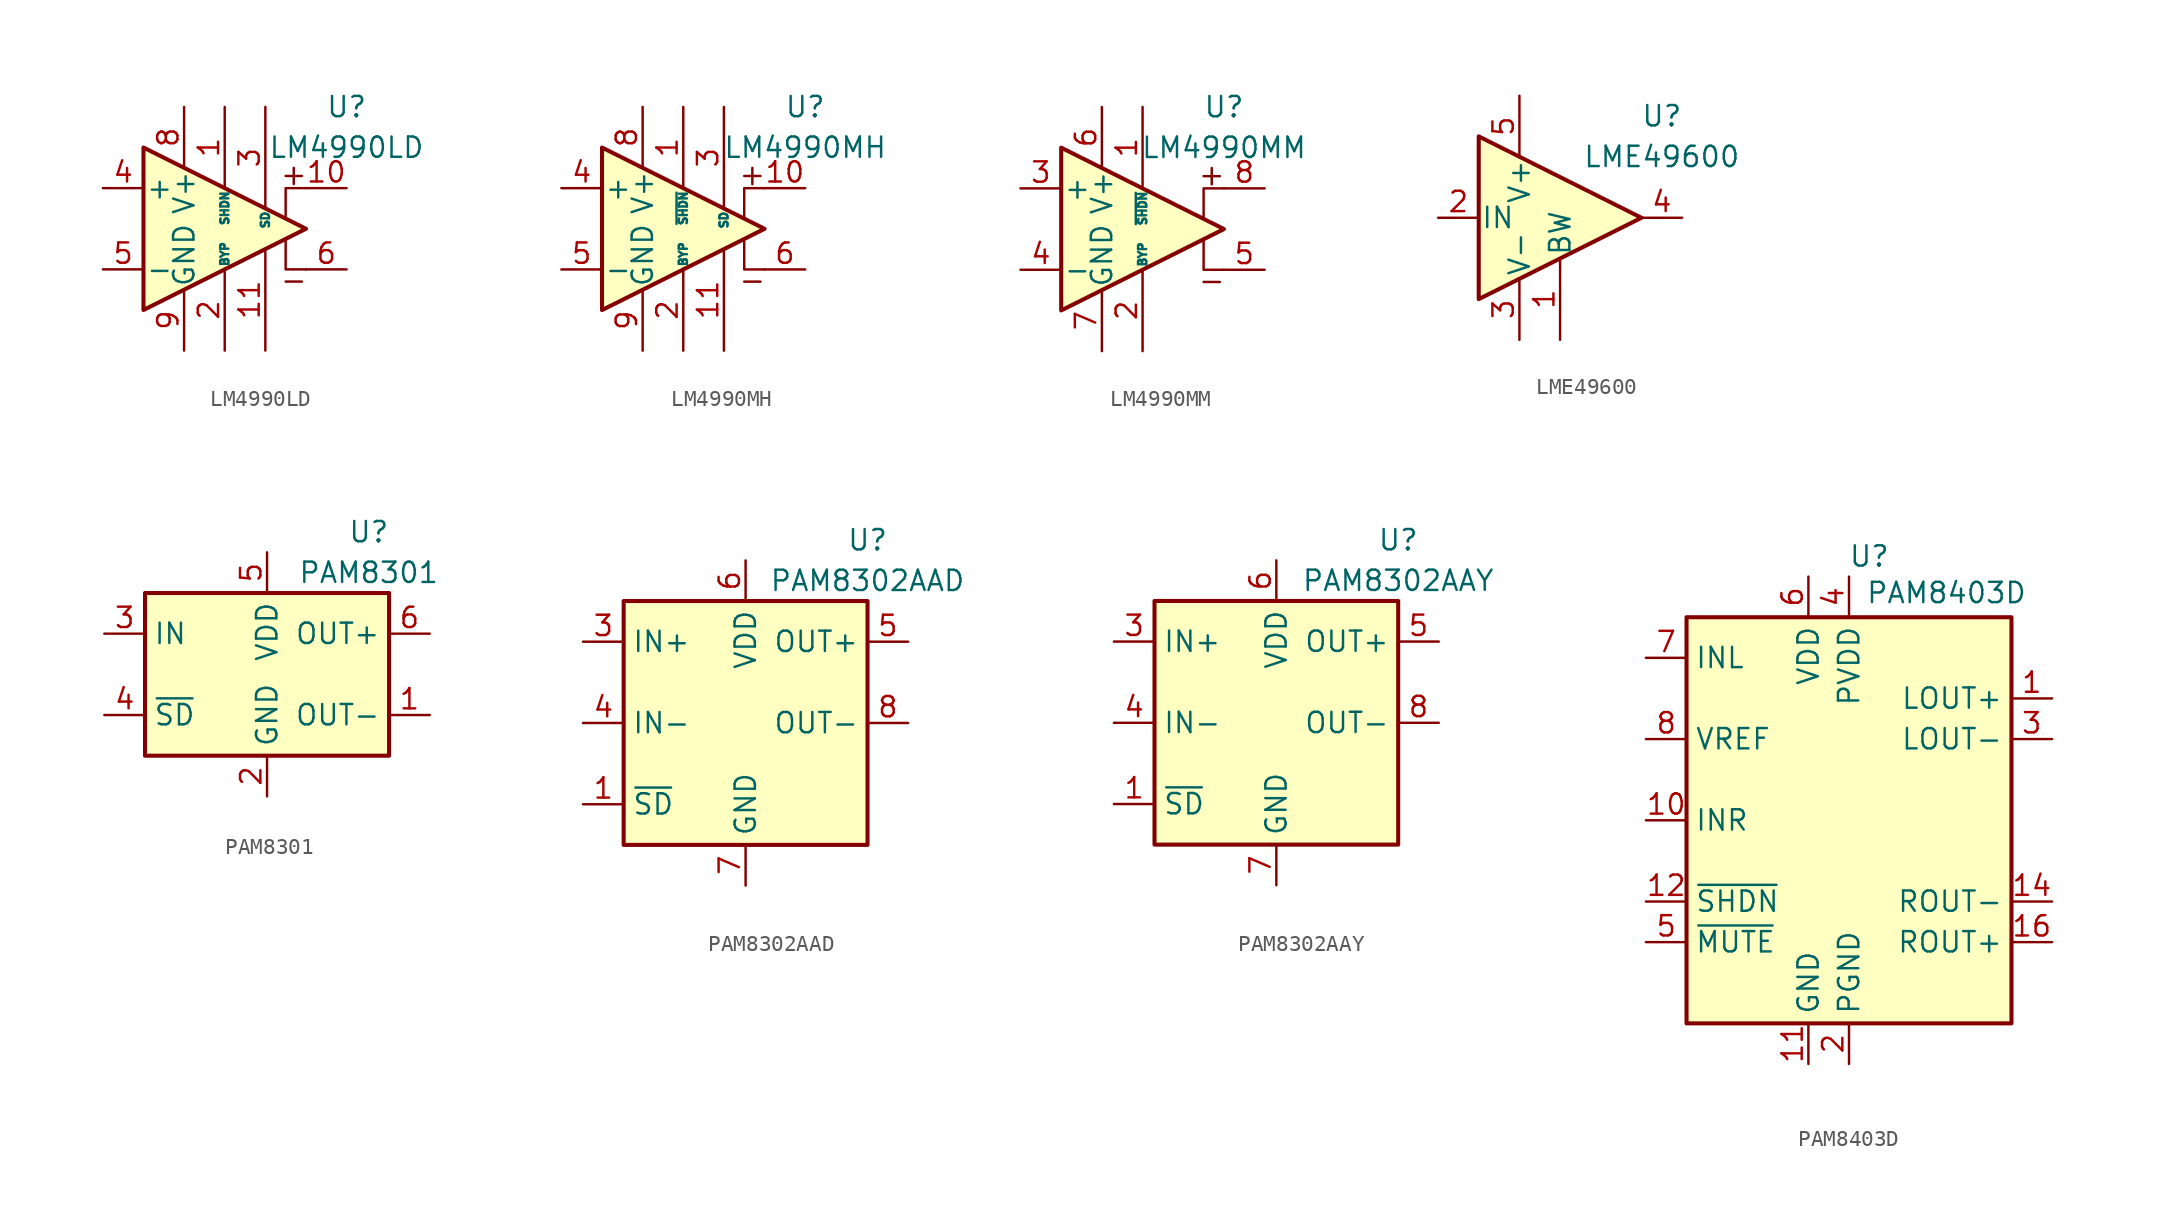
<source format=kicad_sym>
(kicad_symbol_lib
  (version 20220914)
  (generator kicad_symbol_editor)
  (symbol "LM4990LD"
    (pin_names
      (offset 0.127))
    (property "Reference" "U"
      (at 7.62 7.62 0)
      (effects (font (size 1.27 1.27))))
    (property "Value" "LM4990LD"
      (at 7.62 5.08 0)
      (effects (font (size 1.27 1.27))))
    (symbol "LM4990LD_0_1"
      (polyline (pts (xy 3.81 -0.635) (xy 3.81 -2.54) (xy 5.08 -2.54)) (stroke (width 0) (type default)) (fill (type none)))
      (polyline (pts (xy 5.08 2.54) (xy 3.81 2.54) (xy 3.81 0.635)) (stroke (width 0) (type default)) (fill (type none)))
      (polyline (pts (xy -5.08 5.08) (xy 5.08 0) (xy -5.08 -5.08) (xy -5.08 5.08)) (stroke (width 0.254) (type default)) (fill (type background))))
    (symbol "LM4990LD_1_1"
      (polyline (pts (xy 3.81 -3.302) (xy 4.826 -3.302)) (stroke (width 0) (type default)) (fill (type none)))
      (polyline (pts (xy 4.318 3.81) (xy 4.318 2.794)) (stroke (width 0) (type default)) (fill (type none)))
      (polyline (pts (xy 4.826 3.302) (xy 3.81 3.302)) (stroke (width 0) (type default)) (fill (type none)))
      (pin output line (at 0 7.62 270) (length 5.08) (name "SHDN" (effects (font (size 0.508 0.508)))) (number "1" (effects (font (size 1.27 1.27)))))
      (pin output line (at 7.62 2.54 180) (length 2.54) (name "~" (effects (font (size 1.27 1.27)))) (number "10" (effects (font (size 1.27 1.27)))))
      (pin power_in line (at 2.54 -7.62 90) (length 6.35) (name "~" (effects (font (size 1.27 1.27)))) (number "11" (effects (font (size 1.27 1.27)))))
      (pin input line (at 0 -7.62 90) (length 5.08) (name "BYP" (effects (font (size 0.508 0.508)))) (number "2" (effects (font (size 1.27 1.27)))))
      (pin input line (at 2.54 7.62 270) (length 6.35) (name "SD" (effects (font (size 0.508 0.508)))) (number "3" (effects (font (size 1.27 1.27)))))
      (pin input line (at -7.62 2.54 0) (length 2.54) (name "+" (effects (font (size 1.27 1.27)))) (number "4" (effects (font (size 1.27 1.27)))))
      (pin input line (at -7.62 -2.54 0) (length 2.54) (name "-" (effects (font (size 1.27 1.27)))) (number "5" (effects (font (size 1.27 1.27)))))
      (pin output line (at 7.62 -2.54 180) (length 2.54) (name "~" (effects (font (size 1.27 1.27)))) (number "6" (effects (font (size 1.27 1.27)))))
      (pin no_connect line (at 0 2.54 270) (length 2.54) hide (name "NC" (effects (font (size 1.27 1.27)))) (number "7" (effects (font (size 1.27 1.27)))))
      (pin power_in line (at -2.54 7.62 270) (length 3.81) (name "V+" (effects (font (size 1.27 1.27)))) (number "8" (effects (font (size 1.27 1.27)))))
      (pin power_in line (at -2.54 -7.62 90) (length 3.81) (name "GND" (effects (font (size 1.27 1.27)))) (number "9" (effects (font (size 1.27 1.27)))))))
  (symbol "LM4990MH"
    (pin_names
      (offset 0.127))
    (property "Reference" "U"
      (at 7.62 7.62 0)
      (effects (font (size 1.27 1.27))))
    (property "Value" "LM4990MH"
      (at 7.62 5.08 0)
      (effects (font (size 1.27 1.27))))
    (symbol "LM4990MH_0_1"
      (polyline (pts (xy 3.81 -0.635) (xy 3.81 -2.54) (xy 5.08 -2.54)) (stroke (width 0) (type default)) (fill (type none)))
      (polyline (pts (xy 5.08 2.54) (xy 3.81 2.54) (xy 3.81 0.635)) (stroke (width 0) (type default)) (fill (type none)))
      (polyline (pts (xy -5.08 5.08) (xy 5.08 0) (xy -5.08 -5.08) (xy -5.08 5.08)) (stroke (width 0.254) (type default)) (fill (type background))))
    (symbol "LM4990MH_1_1"
      (polyline (pts (xy 3.81 -3.302) (xy 4.826 -3.302)) (stroke (width 0) (type default)) (fill (type none)))
      (polyline (pts (xy 4.318 3.81) (xy 4.318 2.794)) (stroke (width 0) (type default)) (fill (type none)))
      (polyline (pts (xy 4.826 3.302) (xy 3.81 3.302)) (stroke (width 0) (type default)) (fill (type none)))
      (pin output line (at 0 7.62 270) (length 5.08) (name "~{SHDN}" (effects (font (size 0.508 0.508)))) (number "1" (effects (font (size 1.27 1.27)))))
      (pin output line (at 7.62 2.54 180) (length 2.54) (name "~" (effects (font (size 1.27 1.27)))) (number "10" (effects (font (size 1.27 1.27)))))
      (pin power_in line (at 2.54 -7.62 90) (length 6.35) (name "~" (effects (font (size 1.27 1.27)))) (number "11" (effects (font (size 1.27 1.27)))))
      (pin input line (at 0 -7.62 90) (length 5.08) (name "BYP" (effects (font (size 0.508 0.508)))) (number "2" (effects (font (size 1.27 1.27)))))
      (pin input line (at 2.54 7.62 270) (length 6.35) (name "SD" (effects (font (size 0.508 0.508)))) (number "3" (effects (font (size 1.27 1.27)))))
      (pin input line (at -7.62 2.54 0) (length 2.54) (name "+" (effects (font (size 1.27 1.27)))) (number "4" (effects (font (size 1.27 1.27)))))
      (pin input line (at -7.62 -2.54 0) (length 2.54) (name "-" (effects (font (size 1.27 1.27)))) (number "5" (effects (font (size 1.27 1.27)))))
      (pin output line (at 7.62 -2.54 180) (length 2.54) (name "~" (effects (font (size 1.27 1.27)))) (number "6" (effects (font (size 1.27 1.27)))))
      (pin no_connect line (at 0 2.54 270) (length 2.54) hide (name "NC" (effects (font (size 1.27 1.27)))) (number "7" (effects (font (size 1.27 1.27)))))
      (pin power_in line (at -2.54 7.62 270) (length 3.81) (name "V+" (effects (font (size 1.27 1.27)))) (number "8" (effects (font (size 1.27 1.27)))))
      (pin power_in line (at -2.54 -7.62 90) (length 3.81) (name "GND" (effects (font (size 1.27 1.27)))) (number "9" (effects (font (size 1.27 1.27)))))))
  (symbol "LM4990MM"
    (pin_names
      (offset 0.127))
    (property "Reference" "U"
      (at 5.08 7.62 0)
      (effects (font (size 1.27 1.27))))
    (property "Value" "LM4990MM"
      (at 5.08 5.08 0)
      (effects (font (size 1.27 1.27))))
    (symbol "LM4990MM_0_1"
      (polyline (pts (xy 3.81 -0.635) (xy 3.81 -2.54) (xy 5.08 -2.54)) (stroke (width 0) (type default)) (fill (type none)))
      (polyline (pts (xy 5.08 2.54) (xy 3.81 2.54) (xy 3.81 0.635)) (stroke (width 0) (type default)) (fill (type none)))
      (polyline (pts (xy -5.08 5.08) (xy 5.08 0) (xy -5.08 -5.08) (xy -5.08 5.08)) (stroke (width 0.254) (type default)) (fill (type background))))
    (symbol "LM4990MM_1_1"
      (polyline (pts (xy 3.81 -3.302) (xy 4.826 -3.302)) (stroke (width 0) (type default)) (fill (type none)))
      (polyline (pts (xy 4.318 3.81) (xy 4.318 2.794)) (stroke (width 0) (type default)) (fill (type none)))
      (polyline (pts (xy 4.826 3.302) (xy 3.81 3.302)) (stroke (width 0) (type default)) (fill (type none)))
      (pin output line (at 0 7.62 270) (length 5.08) (name "~{SHDN}" (effects (font (size 0.508 0.508)))) (number "1" (effects (font (size 1.27 1.27)))))
      (pin input line (at 0 -7.62 90) (length 5.08) (name "BYP" (effects (font (size 0.508 0.508)))) (number "2" (effects (font (size 1.27 1.27)))))
      (pin input line (at -7.62 2.54 0) (length 2.54) (name "+" (effects (font (size 1.27 1.27)))) (number "3" (effects (font (size 1.27 1.27)))))
      (pin input line (at -7.62 -2.54 0) (length 2.54) (name "-" (effects (font (size 1.27 1.27)))) (number "4" (effects (font (size 1.27 1.27)))))
      (pin output line (at 7.62 -2.54 180) (length 2.54) (name "~" (effects (font (size 1.27 1.27)))) (number "5" (effects (font (size 1.27 1.27)))))
      (pin power_in line (at -2.54 7.62 270) (length 3.81) (name "V+" (effects (font (size 1.27 1.27)))) (number "6" (effects (font (size 1.27 1.27)))))
      (pin power_in line (at -2.54 -7.62 90) (length 3.81) (name "GND" (effects (font (size 1.27 1.27)))) (number "7" (effects (font (size 1.27 1.27)))))
      (pin output line (at 7.62 2.54 180) (length 2.54) (name "~" (effects (font (size 1.27 1.27)))) (number "8" (effects (font (size 1.27 1.27)))))))
  (symbol "LME49600"
    (pin_names
      (offset 0.127))
    (property "Reference" "U"
      (at 6.35 6.35 0)
      (effects (font (size 1.27 1.27))))
    (property "Value" "LME49600"
      (at 6.35 3.81 0)
      (effects (font (size 1.27 1.27))))
    (symbol "LME49600_0_1"
      (polyline (pts (xy -5.08 5.08) (xy 5.08 0) (xy -5.08 -5.08) (xy -5.08 5.08)) (stroke (width 0.254) (type default)) (fill (type background))))
    (symbol "LME49600_1_1"
      (pin passive line (at 0 -7.62 90) (length 5.08) (name "BW" (effects (font (size 1.27 1.27)))) (number "1" (effects (font (size 1.27 1.27)))))
      (pin input line (at -7.62 0 0) (length 2.54) (name "IN" (effects (font (size 1.27 1.27)))) (number "2" (effects (font (size 1.27 1.27)))))
      (pin power_in line (at -2.54 -7.62 90) (length 3.81) (name "V-" (effects (font (size 1.27 1.27)))) (number "3" (effects (font (size 1.27 1.27)))))
      (pin output line (at 7.62 0 180) (length 2.54) (name "~" (effects (font (size 1.27 1.27)))) (number "4" (effects (font (size 1.27 1.27)))))
      (pin power_in line (at -2.54 7.62 270) (length 3.81) (name "V+" (effects (font (size 1.27 1.27)))) (number "5" (effects (font (size 1.27 1.27)))))))
  (symbol "PAM8301"
    (property "Reference" "U"
      (at 6.35 8.89 0)
      (effects (font (size 1.27 1.27))))
    (property "Value" "PAM8301"
      (at 6.35 6.35 0)
      (effects (font (size 1.27 1.27))))
    (symbol "PAM8301_0_1"
      (rectangle (start -7.62 5.08) (end 7.62 -5.08) (stroke (width 0.254) (type default)) (fill (type background))))
    (symbol "PAM8301_1_1"
      (pin output line (at 10.16 -2.54 180) (length 2.54) (name "OUT-" (effects (font (size 1.27 1.27)))) (number "1" (effects (font (size 1.27 1.27)))))
      (pin power_in line (at 0 -7.62 90) (length 2.54) (name "GND" (effects (font (size 1.27 1.27)))) (number "2" (effects (font (size 1.27 1.27)))))
      (pin input line (at -10.16 2.54 0) (length 2.54) (name "IN" (effects (font (size 1.27 1.27)))) (number "3" (effects (font (size 1.27 1.27)))))
      (pin input line (at -10.16 -2.54 0) (length 2.54) (name "~{SD}" (effects (font (size 1.27 1.27)))) (number "4" (effects (font (size 1.27 1.27)))))
      (pin power_in line (at 0 7.62 270) (length 2.54) (name "VDD" (effects (font (size 1.27 1.27)))) (number "5" (effects (font (size 1.27 1.27)))))
      (pin output line (at 10.16 2.54 180) (length 2.54) (name "OUT+" (effects (font (size 1.27 1.27)))) (number "6" (effects (font (size 1.27 1.27)))))))
  (symbol "PAM8302AAD"
    (property "Reference" "U"
      (at 7.62 11.43 0)
      (effects (font (size 1.27 1.27))))
    (property "Value" "PAM8302AAD"
      (at 7.62 8.89 0)
      (effects (font (size 1.27 1.27))))
    (symbol "PAM8302AAD_0_1"
      (rectangle (start -7.62 7.62) (end 7.62 -7.62) (stroke (width 0.254) (type default)) (fill (type background))))
    (symbol "PAM8302AAD_1_1"
      (pin input line (at -10.16 -5.08 0) (length 2.54) (name "~{SD}" (effects (font (size 1.27 1.27)))) (number "1" (effects (font (size 1.27 1.27)))))
      (pin no_connect line (at 7.62 -5.08 180) (length 2.54) hide (name "NC" (effects (font (size 1.27 1.27)))) (number "2" (effects (font (size 1.27 1.27)))))
      (pin input line (at -10.16 5.08 0) (length 2.54) (name "IN+" (effects (font (size 1.27 1.27)))) (number "3" (effects (font (size 1.27 1.27)))))
      (pin input line (at -10.16 0 0) (length 2.54) (name "IN-" (effects (font (size 1.27 1.27)))) (number "4" (effects (font (size 1.27 1.27)))))
      (pin output line (at 10.16 5.08 180) (length 2.54) (name "OUT+" (effects (font (size 1.27 1.27)))) (number "5" (effects (font (size 1.27 1.27)))))
      (pin power_in line (at 0 10.16 270) (length 2.54) (name "VDD" (effects (font (size 1.27 1.27)))) (number "6" (effects (font (size 1.27 1.27)))))
      (pin power_in line (at 0 -10.16 90) (length 2.54) (name "GND" (effects (font (size 1.27 1.27)))) (number "7" (effects (font (size 1.27 1.27)))))
      (pin output line (at 10.16 0 180) (length 2.54) (name "OUT-" (effects (font (size 1.27 1.27)))) (number "8" (effects (font (size 1.27 1.27)))))))
  (symbol "PAM8302AAY"
    (property "Reference" "U"
      (at 7.62 11.43 0)
      (effects (font (size 1.27 1.27))))
    (property "Value" "PAM8302AAY"
      (at 7.62 8.89 0)
      (effects (font (size 1.27 1.27))))
    (symbol "PAM8302AAY_0_1"
      (rectangle (start -7.62 7.62) (end 7.62 -7.62) (stroke (width 0.254) (type default)) (fill (type background))))
    (symbol "PAM8302AAY_1_1"
      (pin input line (at -10.16 -5.08 0) (length 2.54) (name "~{SD}" (effects (font (size 1.27 1.27)))) (number "1" (effects (font (size 1.27 1.27)))))
      (pin no_connect line (at 7.62 -5.08 180) (length 2.54) hide (name "NC" (effects (font (size 1.27 1.27)))) (number "2" (effects (font (size 1.27 1.27)))))
      (pin input line (at -10.16 5.08 0) (length 2.54) (name "IN+" (effects (font (size 1.27 1.27)))) (number "3" (effects (font (size 1.27 1.27)))))
      (pin input line (at -10.16 0 0) (length 2.54) (name "IN-" (effects (font (size 1.27 1.27)))) (number "4" (effects (font (size 1.27 1.27)))))
      (pin output line (at 10.16 5.08 180) (length 2.54) (name "OUT+" (effects (font (size 1.27 1.27)))) (number "5" (effects (font (size 1.27 1.27)))))
      (pin power_in line (at 0 10.16 270) (length 2.54) (name "VDD" (effects (font (size 1.27 1.27)))) (number "6" (effects (font (size 1.27 1.27)))))
      (pin power_in line (at 0 -10.16 90) (length 2.54) (name "GND" (effects (font (size 1.27 1.27)))) (number "7" (effects (font (size 1.27 1.27)))))
      (pin output line (at 10.16 0 180) (length 2.54) (name "OUT-" (effects (font (size 1.27 1.27)))) (number "8" (effects (font (size 1.27 1.27)))))))
  (symbol "PAM8403D"
    (property "Reference" "U"
      (at 1.27 16.51 0)
      (effects (font (size 1.27 1.27))))
    (property "Value" "PAM8403D"
      (at 6.096 14.224 0)
      (effects (font (size 1.27 1.27))))
    (symbol "PAM8403D_0_1"
      (rectangle (start -10.16 12.7) (end 10.16 -12.7) (stroke (width 0.254) (type default)) (fill (type background))))
    (symbol "PAM8403D_1_1"
      (pin output line (at 12.7 7.62 180) (length 2.54) (name "LOUT+" (effects (font (size 1.27 1.27)))) (number "1" (effects (font (size 1.27 1.27)))))
      (pin input line (at -12.7 0 0) (length 2.54) (name "INR" (effects (font (size 1.27 1.27)))) (number "10" (effects (font (size 1.27 1.27)))))
      (pin power_in line (at -2.54 -15.24 90) (length 2.54) (name "GND" (effects (font (size 1.27 1.27)))) (number "11" (effects (font (size 1.27 1.27)))))
      (pin input line (at -12.7 -5.08 0) (length 2.54) (name "~{SHDN}" (effects (font (size 1.27 1.27)))) (number "12" (effects (font (size 1.27 1.27)))))
      (pin passive line (at 0 15.24 270) (length 2.54) hide (name "PVDD" (effects (font (size 1.27 1.27)))) (number "13" (effects (font (size 1.27 1.27)))))
      (pin output line (at 12.7 -5.08 180) (length 2.54) (name "ROUT-" (effects (font (size 1.27 1.27)))) (number "14" (effects (font (size 1.27 1.27)))))
      (pin passive line (at 0 -15.24 90) (length 2.54) hide (name "PGND" (effects (font (size 1.27 1.27)))) (number "15" (effects (font (size 1.27 1.27)))))
      (pin output line (at 12.7 -7.62 180) (length 2.54) (name "ROUT+" (effects (font (size 1.27 1.27)))) (number "16" (effects (font (size 1.27 1.27)))))
      (pin power_in line (at 0 -15.24 90) (length 2.54) (name "PGND" (effects (font (size 1.27 1.27)))) (number "2" (effects (font (size 1.27 1.27)))))
      (pin output line (at 12.7 5.08 180) (length 2.54) (name "LOUT-" (effects (font (size 1.27 1.27)))) (number "3" (effects (font (size 1.27 1.27)))))
      (pin power_in line (at 0 15.24 270) (length 2.54) (name "PVDD" (effects (font (size 1.27 1.27)))) (number "4" (effects (font (size 1.27 1.27)))))
      (pin input line (at -12.7 -7.62 0) (length 2.54) (name "~{MUTE}" (effects (font (size 1.27 1.27)))) (number "5" (effects (font (size 1.27 1.27)))))
      (pin power_in line (at -2.54 15.24 270) (length 2.54) (name "VDD" (effects (font (size 1.27 1.27)))) (number "6" (effects (font (size 1.27 1.27)))))
      (pin input line (at -12.7 10.16 0) (length 2.54) (name "INL" (effects (font (size 1.27 1.27)))) (number "7" (effects (font (size 1.27 1.27)))))
      (pin input line (at -12.7 5.08 0) (length 2.54) (name "VREF" (effects (font (size 1.27 1.27)))) (number "8" (effects (font (size 1.27 1.27)))))
      (pin no_connect line (at 10.16 -10.16 180) (length 2.54) hide (name "NC" (effects (font (size 1.27 1.27)))) (number "9" (effects (font (size 1.27 1.27))))))))
</source>
